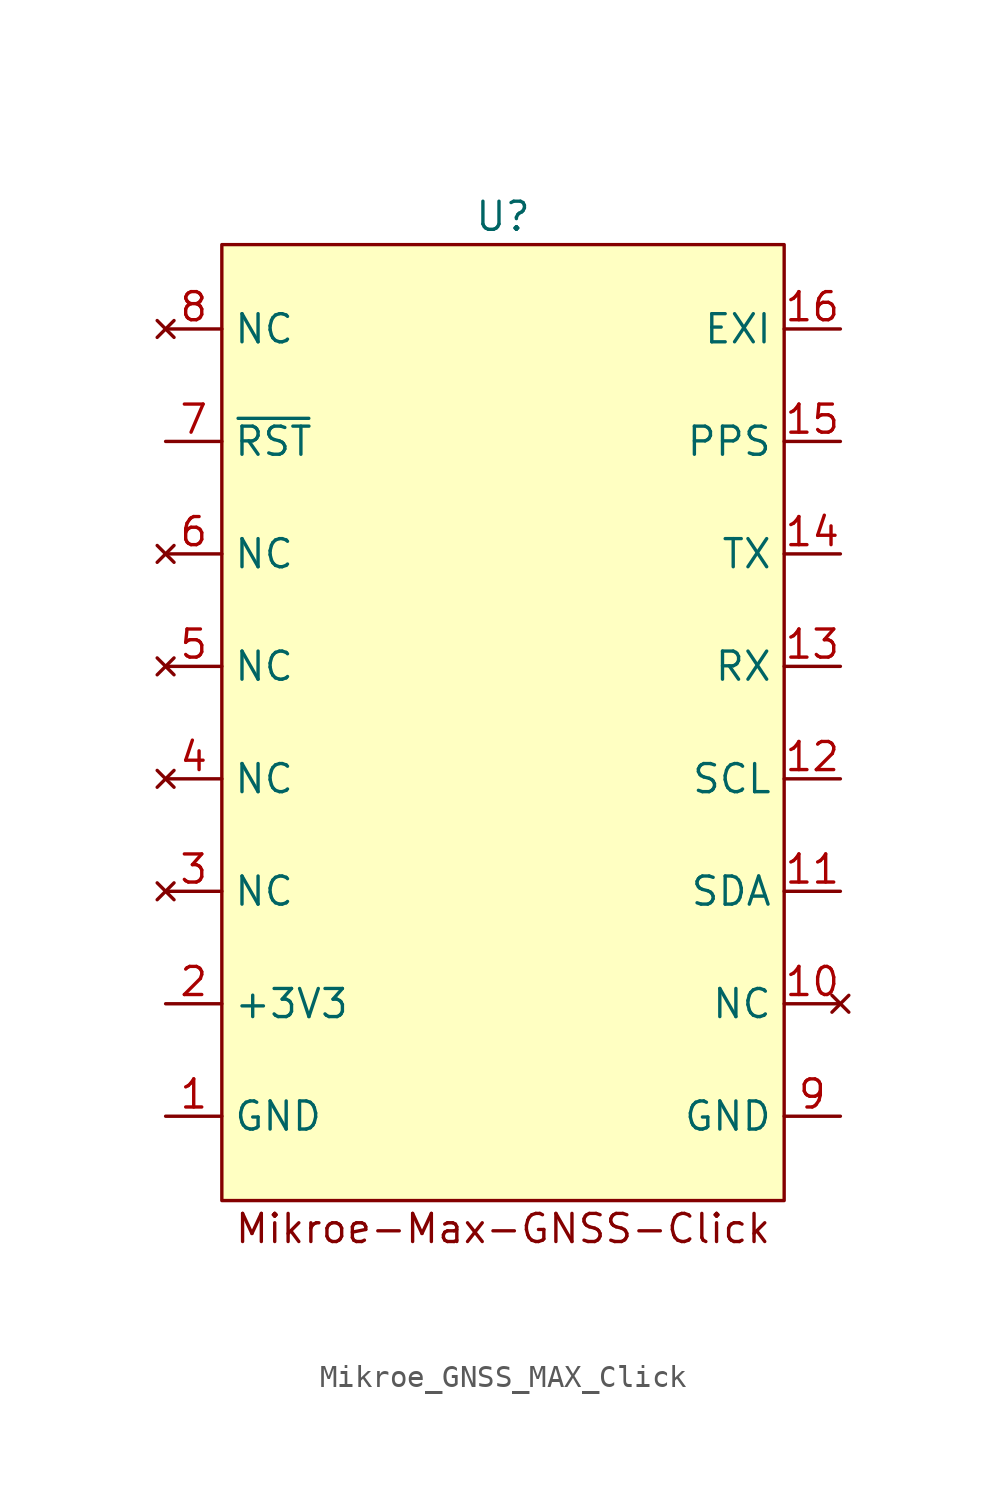
<source format=kicad_sym>
(kicad_symbol_lib
  (version 20220914)
  (generator kicad_symbol_editor)
  (symbol "Mikroe_GNSS_MAX_Click"
    (property "Reference" "U"
      (at 0 22.86 0)
      (effects (font (size 1.27 1.27))))
    (property "Value" ""
      (at 0 0 0)
      (effects (font (size 1.27 1.27))))
    (symbol "Mikroe_GNSS_MAX_Click_1_1"
      (rectangle (start -12.7 21.59) (end 12.7 -21.59) (stroke (width 0) (type default)) (fill (type background)))
      (text "Mikroe-Max-GNSS-Click\n" (at 0 -22.86 0) (effects (font (size 1.27 1.27))))
      (pin power_in line (at -15.24 -17.78 0) (length 2.54) (name "GND" (effects (font (size 1.27 1.27)))) (number "1" (effects (font (size 1.27 1.27)))))
      (pin no_connect line (at 15.24 -12.7 180) (length 2.54) (name "NC" (effects (font (size 1.27 1.27)))) (number "10" (effects (font (size 1.27 1.27)))))
      (pin bidirectional line (at 15.24 -7.62 180) (length 2.54) (name "SDA" (effects (font (size 1.27 1.27)))) (number "11" (effects (font (size 1.27 1.27)))))
      (pin input line (at 15.24 -2.54 180) (length 2.54) (name "SCL" (effects (font (size 1.27 1.27)))) (number "12" (effects (font (size 1.27 1.27)))))
      (pin input line (at 15.24 2.54 180) (length 2.54) (name "RX" (effects (font (size 1.27 1.27)))) (number "13" (effects (font (size 1.27 1.27)))))
      (pin output line (at 15.24 7.62 180) (length 2.54) (name "TX" (effects (font (size 1.27 1.27)))) (number "14" (effects (font (size 1.27 1.27)))))
      (pin output line (at 15.24 12.7 180) (length 2.54) (name "PPS" (effects (font (size 1.27 1.27)))) (number "15" (effects (font (size 1.27 1.27)))))
      (pin input line (at 15.24 17.78 180) (length 2.54) (name "EXI" (effects (font (size 1.27 1.27)))) (number "16" (effects (font (size 1.27 1.27)))))
      (pin power_in line (at -15.24 -12.7 0) (length 2.54) (name "+3V3" (effects (font (size 1.27 1.27)))) (number "2" (effects (font (size 1.27 1.27)))))
      (pin no_connect line (at -15.24 -7.62 0) (length 2.54) (name "NC" (effects (font (size 1.27 1.27)))) (number "3" (effects (font (size 1.27 1.27)))))
      (pin no_connect line (at -15.24 -2.54 0) (length 2.54) (name "NC" (effects (font (size 1.27 1.27)))) (number "4" (effects (font (size 1.27 1.27)))))
      (pin no_connect line (at -15.24 2.54 0) (length 2.54) (name "NC" (effects (font (size 1.27 1.27)))) (number "5" (effects (font (size 1.27 1.27)))))
      (pin no_connect line (at -15.24 7.62 0) (length 2.54) (name "NC" (effects (font (size 1.27 1.27)))) (number "6" (effects (font (size 1.27 1.27)))))
      (pin input line (at -15.24 12.7 0) (length 2.54) (name "~{RST}" (effects (font (size 1.27 1.27)))) (number "7" (effects (font (size 1.27 1.27)))))
      (pin no_connect line (at -15.24 17.78 0) (length 2.54) (name "NC" (effects (font (size 1.27 1.27)))) (number "8" (effects (font (size 1.27 1.27)))))
      (pin power_in line (at 15.24 -17.78 180) (length 2.54) (name "GND" (effects (font (size 1.27 1.27)))) (number "9" (effects (font (size 1.27 1.27))))))))
</source>
